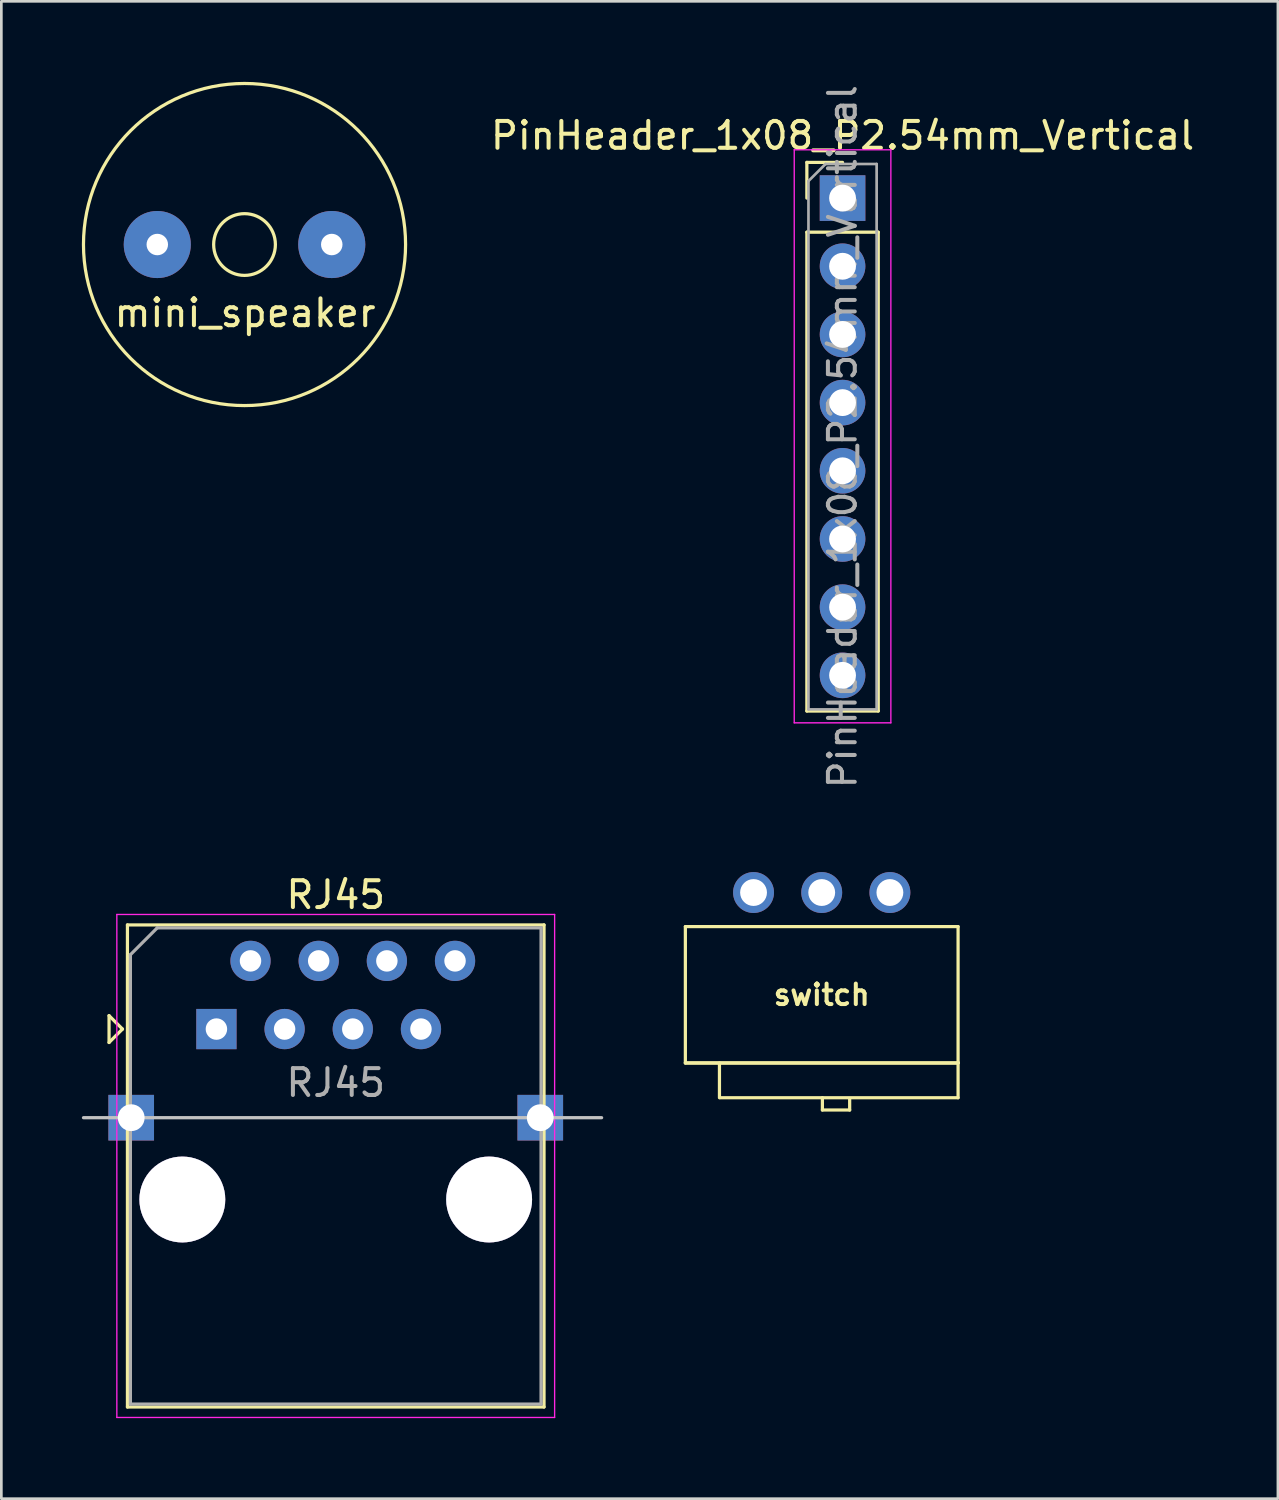
<source format=kicad_pcb>
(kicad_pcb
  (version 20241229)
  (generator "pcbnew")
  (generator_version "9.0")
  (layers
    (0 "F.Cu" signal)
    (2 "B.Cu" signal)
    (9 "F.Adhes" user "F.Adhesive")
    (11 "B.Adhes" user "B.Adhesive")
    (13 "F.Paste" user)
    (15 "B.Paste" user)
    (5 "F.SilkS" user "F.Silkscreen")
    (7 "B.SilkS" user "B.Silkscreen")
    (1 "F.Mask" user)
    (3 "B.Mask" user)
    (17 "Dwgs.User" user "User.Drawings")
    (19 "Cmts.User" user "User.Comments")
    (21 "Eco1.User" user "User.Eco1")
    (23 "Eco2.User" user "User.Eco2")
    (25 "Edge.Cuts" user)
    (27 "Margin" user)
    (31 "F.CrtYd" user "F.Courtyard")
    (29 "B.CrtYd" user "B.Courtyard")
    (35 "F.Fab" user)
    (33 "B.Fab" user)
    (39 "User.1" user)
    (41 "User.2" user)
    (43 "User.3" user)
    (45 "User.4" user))
  (footprint "switch"
    (layer "F.Cu")
    (at 27.564 30.202)
    (property "Reference" "switch" (at 0 3.81 0) (layer "F.SilkS") (effects (font (size 0.762 0.762) (thickness 0.15))))
    (attr through_hole)
    (fp_line (start -5.08 1.27) (end 5.08 1.27) (stroke (width 0.12) (type solid)) (layer "F.SilkS"))
    (fp_line (start -5.08 6.35) (end -5.08 1.27) (stroke (width 0.12) (type solid)) (layer "F.SilkS"))
    (fp_line (start -5.08 6.35) (end 5.08 6.35) (stroke (width 0.12) (type solid)) (layer "F.SilkS"))
    (fp_line (start -3.81 7.645) (end -3.81 6.35) (stroke (width 0.12) (type solid)) (layer "F.SilkS"))
    (fp_line (start 0.025 7.645) (end 0.025 8.103) (stroke (width 0.12) (type solid)) (layer "F.SilkS"))
    (fp_line (start 0.025 8.103) (end 1.041 8.103) (stroke (width 0.12) (type solid)) (layer "F.SilkS"))
    (fp_line (start 1.041 8.103) (end 1.041 7.696) (stroke (width 0.12) (type solid)) (layer "F.SilkS"))
    (fp_line (start 5.08 1.27) (end 5.08 6.35) (stroke (width 0.12) (type solid)) (layer "F.SilkS"))
    (fp_line (start 5.08 6.325) (end 5.08 7.645) (stroke (width 0.12) (type solid)) (layer "F.SilkS"))
    (fp_line (start 5.08 6.35) (end -5.08 6.35) (stroke (width 0.12) (type solid)) (layer "F.SilkS"))
    (fp_line (start 5.08 7.645) (end -3.785 7.645) (stroke (width 0.12) (type solid)) (layer "F.SilkS"))
    (pad "1" thru_hole circle (at 2.54 0) (size 1.524 1.524) (drill 1) (layers "*.Cu" "*.Mask"))
    (pad "2" thru_hole circle (at 0 0) (size 1.524 1.524) (drill 1) (layers "*.Cu" "*.Mask"))
    (pad "3" thru_hole circle (at -2.54 0) (size 1.524 1.524) (drill 1) (layers "*.Cu" "*.Mask")))
  (footprint "RJ45"
    (layer "F.Cu")
    (at 5.013 35.289)
    (property "Reference" "RJ45" (at 4.445 -5 0) (layer "F.SilkS") (effects (font (size 1 1) (thickness 0.15))))
    (attr through_hole)
    (fp_line (start -4 -0.5) (end -4 0.5) (stroke (width 0.12) (type solid)) (layer "F.SilkS"))
    (fp_line (start -4 0.5) (end -3.5 0) (stroke (width 0.12) (type solid)) (layer "F.SilkS"))
    (fp_line (start -3.5 0) (end -4 -0.5) (stroke (width 0.12) (type solid)) (layer "F.SilkS"))
    (fp_line (start -3.315 -3.88) (end -3.315 14.08) (stroke (width 0.12) (type solid)) (layer "F.SilkS"))
    (fp_line (start -3.315 14.08) (end 12.205 14.08) (stroke (width 0.12) (type solid)) (layer "F.SilkS"))
    (fp_line (start 12.205 -3.88) (end -3.315 -3.88) (stroke (width 0.12) (type solid)) (layer "F.SilkS"))
    (fp_line (start 12.205 -3.88) (end 12.205 14.08) (stroke (width 0.12) (type solid)) (layer "F.SilkS"))
    (fp_line (start -4.953 3.302) (end 14.351 3.302) (stroke (width 0.12) (type solid)) (layer "Dwgs.User"))
    (fp_line (start -3.71 -4.27) (end -3.71 14.47) (stroke (width 0.05) (type solid)) (layer "F.CrtYd"))
    (fp_line (start -3.71 -4.27) (end 12.6 -4.27) (stroke (width 0.05) (type solid)) (layer "F.CrtYd"))
    (fp_line (start 12.6 14.47) (end -3.71 14.47) (stroke (width 0.05) (type solid)) (layer "F.CrtYd"))
    (fp_line (start 12.6 14.47) (end 12.6 -4.27) (stroke (width 0.05) (type solid)) (layer "F.CrtYd"))
    (fp_line (start -3.205 -2.77) (end -2.205 -3.77) (stroke (width 0.12) (type solid)) (layer "F.Fab"))
    (fp_line (start -3.205 13.97) (end -3.205 -2.77) (stroke (width 0.12) (type solid)) (layer "F.Fab"))
    (fp_line (start -2.205 -3.77) (end 12.095 -3.77) (stroke (width 0.12) (type solid)) (layer "F.Fab"))
    (fp_line (start 12.095 -3.77) (end 12.095 13.97) (stroke (width 0.12) (type solid)) (layer "F.Fab"))
    (fp_line (start 12.095 13.97) (end -3.205 13.97) (stroke (width 0.12) (type solid)) (layer "F.Fab"))
    (fp_text user "${REFERENCE}" (at 4.445 2 0) (layer "F.Fab") (effects (font (size 1 1) (thickness 0.15))))
    (pad "" thru_hole circle (at -1.27 6.35) (size 3.2 3.2) (drill 3.2) (layers "*.Cu" "*.Mask"))
    (pad "" thru_hole circle (at 10.16 6.35) (size 3.2 3.2) (drill 3.2) (layers "*.Cu" "*.Mask"))
    (pad "1" thru_hole rect (at 0 0) (size 1.5 1.5) (drill 0.8) (layers "*.Cu" "*.Mask"))
    (pad "2" thru_hole circle (at 1.27 -2.54) (size 1.5 1.5) (drill 0.8) (layers "*.Cu" "*.Mask"))
    (pad "3" thru_hole circle (at 2.54 0) (size 1.5 1.5) (drill 0.8) (layers "*.Cu" "*.Mask"))
    (pad "4" thru_hole circle (at 3.81 -2.54) (size 1.5 1.5) (drill 0.8) (layers "*.Cu" "*.Mask"))
    (pad "5" thru_hole circle (at 5.08 0) (size 1.5 1.5) (drill 0.8) (layers "*.Cu" "*.Mask"))
    (pad "6" thru_hole circle (at 6.35 -2.54) (size 1.5 1.5) (drill 0.8) (layers "*.Cu" "*.Mask"))
    (pad "7" thru_hole circle (at 7.62 0) (size 1.5 1.5) (drill 0.8) (layers "*.Cu" "*.Mask"))
    (pad "8" thru_hole circle (at 8.89 -2.54) (size 1.5 1.5) (drill 0.8) (layers "*.Cu" "*.Mask"))
    (pad "9" thru_hole rect (at 12.065 3.302 270) (size 1.7 1.7) (drill 1) (layers "*.Cu" "*.Mask"))
    (pad "10" thru_hole rect (at -3.175 3.302 270) (size 1.7 1.7) (drill 1) (layers "*.Cu" "*.Mask")))
  (footprint "mini_speaker"
    (layer "F.Cu")
    (at 6.06 6.06)
    (property "Reference" "mini_speaker" (at 0.02 2.55 0) (layer "F.SilkS") (effects (font (size 1 1) (thickness 0.15))))
    (attr through_hole)
    (fp_circle (center 0 0) (end 1.15 0) (stroke (width 0.12) (type solid)) (fill no) (layer "F.SilkS"))
    (fp_circle (center 0 0) (end 6 0) (stroke (width 0.12) (type solid)) (fill no) (layer "F.SilkS"))
    (pad "1" thru_hole circle (at -3.25 0) (size 2.5 2.5) (drill 0.8) (layers "*.Cu" "*.Mask"))
    (pad "2" thru_hole circle (at 3.25 0) (size 2.5 2.5) (drill 0.8) (layers "*.Cu" "*.Mask")))
  (footprint "PinHeader_1x08_P2.54mm_Vertical"
    (layer "F.Cu")
    (at 28.34 4.33)
    (property "Reference" "PinHeader_1x08_P2.54mm_Vertical" (at 0 -2.33 0) (layer "F.SilkS") (effects (font (size 1 1) (thickness 0.15))))
    (attr through_hole)
    (fp_line (start -1.33 -1.33) (end 0 -1.33) (stroke (width 0.12) (type solid)) (layer "F.SilkS"))
    (fp_line (start -1.33 0) (end -1.33 -1.33) (stroke (width 0.12) (type solid)) (layer "F.SilkS"))
    (fp_line (start -1.33 1.27) (end -1.33 19.11) (stroke (width 0.12) (type solid)) (layer "F.SilkS"))
    (fp_line (start -1.33 1.27) (end 1.33 1.27) (stroke (width 0.12) (type solid)) (layer "F.SilkS"))
    (fp_line (start -1.33 19.11) (end 1.33 19.11) (stroke (width 0.12) (type solid)) (layer "F.SilkS"))
    (fp_line (start 1.33 1.27) (end 1.33 19.11) (stroke (width 0.12) (type solid)) (layer "F.SilkS"))
    (fp_line (start -1.8 -1.8) (end -1.8 19.55) (stroke (width 0.05) (type solid)) (layer "F.CrtYd"))
    (fp_line (start -1.8 19.55) (end 1.8 19.55) (stroke (width 0.05) (type solid)) (layer "F.CrtYd"))
    (fp_line (start 1.8 -1.8) (end -1.8 -1.8) (stroke (width 0.05) (type solid)) (layer "F.CrtYd"))
    (fp_line (start 1.8 19.55) (end 1.8 -1.8) (stroke (width 0.05) (type solid)) (layer "F.CrtYd"))
    (fp_line (start -1.27 -0.635) (end -0.635 -1.27) (stroke (width 0.1) (type solid)) (layer "F.Fab"))
    (fp_line (start -1.27 19.05) (end -1.27 -0.635) (stroke (width 0.1) (type solid)) (layer "F.Fab"))
    (fp_line (start -0.635 -1.27) (end 1.27 -1.27) (stroke (width 0.1) (type solid)) (layer "F.Fab"))
    (fp_line (start 1.27 -1.27) (end 1.27 19.05) (stroke (width 0.1) (type solid)) (layer "F.Fab"))
    (fp_line (start 1.27 19.05) (end -1.27 19.05) (stroke (width 0.1) (type solid)) (layer "F.Fab"))
    (fp_text user "${REFERENCE}" (at 0 8.89 90) (layer "F.Fab") (effects (font (size 1 1) (thickness 0.15))))
    (pad "+5V" thru_hole rect (at 0 0) (size 1.7 1.7) (drill 1) (layers "*.Cu" "*.Mask"))
    (pad "2" thru_hole oval (at 0 2.54) (size 1.7 1.7) (drill 1) (layers "*.Cu" "*.Mask"))
    (pad "3" thru_hole oval (at 0 5.08) (size 1.7 1.7) (drill 1) (layers "*.Cu" "*.Mask"))
    (pad "4" thru_hole oval (at 0 7.62) (size 1.7 1.7) (drill 1) (layers "*.Cu" "*.Mask"))
    (pad "5" thru_hole oval (at 0 10.16) (size 1.7 1.7) (drill 1) (layers "*.Cu" "*.Mask"))
    (pad "6" thru_hole oval (at 0 12.7) (size 1.7 1.7) (drill 1) (layers "*.Cu" "*.Mask"))
    (pad "7" thru_hole oval (at 0 15.24) (size 1.7 1.7) (drill 1) (layers "*.Cu" "*.Mask"))
    (pad "8" thru_hole oval (at 0 17.78) (size 1.7 1.7) (drill 1) (layers "*.Cu" "*.Mask")))
  (gr_rect
    (start -3 -3)
    (end 44.56 52.784)
    (stroke (width 0.1) (type default))
    (fill no)
    (layer "Edge.Cuts")))
</source>
